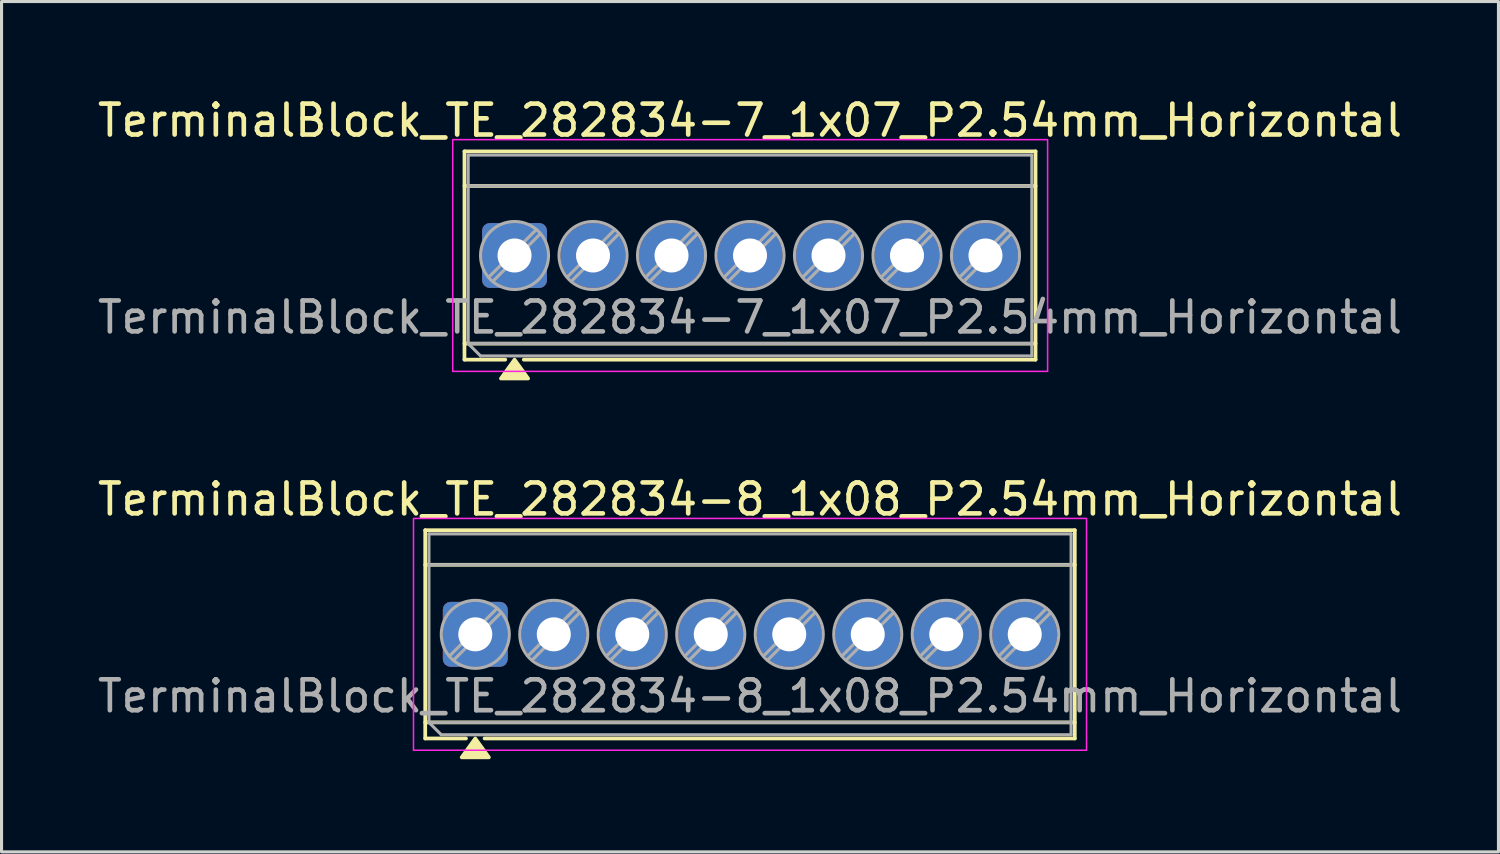
<source format=kicad_pcb>
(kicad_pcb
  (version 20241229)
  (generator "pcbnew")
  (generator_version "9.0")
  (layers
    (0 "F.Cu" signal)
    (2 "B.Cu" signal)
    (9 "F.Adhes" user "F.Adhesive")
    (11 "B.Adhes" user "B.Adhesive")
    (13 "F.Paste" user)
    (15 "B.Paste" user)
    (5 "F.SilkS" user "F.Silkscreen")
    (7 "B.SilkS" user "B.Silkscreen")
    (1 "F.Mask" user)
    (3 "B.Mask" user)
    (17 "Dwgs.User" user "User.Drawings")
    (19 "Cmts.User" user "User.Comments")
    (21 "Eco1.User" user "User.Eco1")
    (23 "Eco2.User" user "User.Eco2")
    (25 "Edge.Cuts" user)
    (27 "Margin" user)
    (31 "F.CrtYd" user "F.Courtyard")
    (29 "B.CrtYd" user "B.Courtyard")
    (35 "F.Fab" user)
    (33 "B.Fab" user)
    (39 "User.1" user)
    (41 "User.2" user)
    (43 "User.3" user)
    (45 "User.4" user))
  (footprint "TerminalBlock_TE_282834-8_1x08_P2.54mm_Horizontal"
    (layer "F.Cu")
    (at 12.33 17.477)
    (property "Reference" "TerminalBlock_TE_282834-8_1x08_P2.54mm_Horizontal" (at 8.89 -4.37 0) (layer "F.SilkS") (effects (font (size 1 1) (thickness 0.15))))
    (attr through_hole)
    (fp_line (start -1.62 -3.37) (end 19.4 -3.37) (stroke (width 0.12) (type solid)) (layer "F.SilkS"))
    (fp_line (start -1.62 -2.25) (end 19.4 -2.25) (stroke (width 0.12) (type solid)) (layer "F.SilkS"))
    (fp_line (start -1.62 2.85) (end 19.4 2.85) (stroke (width 0.12) (type solid)) (layer "F.SilkS"))
    (fp_line (start -1.62 3.37) (end -1.62 -3.37) (stroke (width 0.12) (type solid)) (layer "F.SilkS"))
    (fp_line (start -0.3 3.37) (end -1.62 3.37) (stroke (width 0.12) (type solid)) (layer "F.SilkS"))
    (fp_line (start 19.4 -3.37) (end 19.4 3.37) (stroke (width 0.12) (type solid)) (layer "F.SilkS"))
    (fp_line (start 19.4 3.37) (end 0.3 3.37) (stroke (width 0.12) (type solid)) (layer "F.SilkS"))
    (fp_poly (pts (xy 0 3.37) (xy 0.44 3.98) (xy -0.44 3.98)) (stroke (width 0.12) (type solid)) (fill yes) (layer "F.SilkS"))
    (fp_rect (start -2 -3.75) (end 19.78 3.75) (stroke (width 0.05) (type solid)) (fill no) (layer "F.CrtYd"))
    (fp_line (start -1.5 -3.25) (end 19.28 -3.25) (stroke (width 0.1) (type solid)) (layer "F.Fab"))
    (fp_line (start -1.5 -2.25) (end 19.28 -2.25) (stroke (width 0.1) (type solid)) (layer "F.Fab"))
    (fp_line (start -1.5 2.85) (end -1.5 -3.25) (stroke (width 0.1) (type solid)) (layer "F.Fab"))
    (fp_line (start -1.5 2.85) (end 19.28 2.85) (stroke (width 0.1) (type solid)) (layer "F.Fab"))
    (fp_line (start -1.1 3.25) (end -1.5 2.85) (stroke (width 0.1) (type solid)) (layer "F.Fab"))
    (fp_line (start 0.7 -0.834) (end -0.834 0.7) (stroke (width 0.1) (type solid)) (layer "F.Fab"))
    (fp_line (start 0.834 -0.7) (end -0.7 0.834) (stroke (width 0.1) (type solid)) (layer "F.Fab"))
    (fp_line (start 3.24 -0.834) (end 1.706 0.7) (stroke (width 0.1) (type solid)) (layer "F.Fab"))
    (fp_line (start 3.374 -0.7) (end 1.84 0.834) (stroke (width 0.1) (type solid)) (layer "F.Fab"))
    (fp_line (start 5.78 -0.834) (end 4.246 0.7) (stroke (width 0.1) (type solid)) (layer "F.Fab"))
    (fp_line (start 5.914 -0.7) (end 4.38 0.834) (stroke (width 0.1) (type solid)) (layer "F.Fab"))
    (fp_line (start 8.32 -0.834) (end 6.786 0.7) (stroke (width 0.1) (type solid)) (layer "F.Fab"))
    (fp_line (start 8.454 -0.7) (end 6.92 0.834) (stroke (width 0.1) (type solid)) (layer "F.Fab"))
    (fp_line (start 10.86 -0.834) (end 9.326 0.7) (stroke (width 0.1) (type solid)) (layer "F.Fab"))
    (fp_line (start 10.994 -0.7) (end 9.46 0.834) (stroke (width 0.1) (type solid)) (layer "F.Fab"))
    (fp_line (start 13.4 -0.834) (end 11.866 0.7) (stroke (width 0.1) (type solid)) (layer "F.Fab"))
    (fp_line (start 13.534 -0.7) (end 12 0.834) (stroke (width 0.1) (type solid)) (layer "F.Fab"))
    (fp_line (start 15.94 -0.834) (end 14.406 0.7) (stroke (width 0.1) (type solid)) (layer "F.Fab"))
    (fp_line (start 16.074 -0.7) (end 14.54 0.834) (stroke (width 0.1) (type solid)) (layer "F.Fab"))
    (fp_line (start 18.48 -0.834) (end 16.946 0.7) (stroke (width 0.1) (type solid)) (layer "F.Fab"))
    (fp_line (start 18.614 -0.7) (end 17.08 0.834) (stroke (width 0.1) (type solid)) (layer "F.Fab"))
    (fp_line (start 19.28 -3.25) (end 19.28 3.25) (stroke (width 0.1) (type solid)) (layer "F.Fab"))
    (fp_line (start 19.28 3.25) (end -1.1 3.25) (stroke (width 0.1) (type solid)) (layer "F.Fab"))
    (fp_circle (center 0 0) (end 1.1 0) (stroke (width 0.1) (type solid)) (fill no) (layer "F.Fab"))
    (fp_circle (center 2.54 0) (end 3.64 0) (stroke (width 0.1) (type solid)) (fill no) (layer "F.Fab"))
    (fp_circle (center 5.08 0) (end 6.18 0) (stroke (width 0.1) (type solid)) (fill no) (layer "F.Fab"))
    (fp_circle (center 7.62 0) (end 8.72 0) (stroke (width 0.1) (type solid)) (fill no) (layer "F.Fab"))
    (fp_circle (center 10.16 0) (end 11.26 0) (stroke (width 0.1) (type solid)) (fill no) (layer "F.Fab"))
    (fp_circle (center 12.7 0) (end 13.8 0) (stroke (width 0.1) (type solid)) (fill no) (layer "F.Fab"))
    (fp_circle (center 15.24 0) (end 16.34 0) (stroke (width 0.1) (type solid)) (fill no) (layer "F.Fab"))
    (fp_circle (center 17.78 0) (end 18.88 0) (stroke (width 0.1) (type solid)) (fill no) (layer "F.Fab"))
    (fp_text user "${REFERENCE}" (at 8.89 2 0) (layer "F.Fab") (effects (font (size 1 1) (thickness 0.15))))
    (pad "1" thru_hole roundrect (at 0 0) (size 2.1 2.1) (drill 1.1) (layers "*.Cu" "*.Mask") (roundrect_rratio 0.119))
    (pad "2" thru_hole circle (at 2.54 0) (size 2.1 2.1) (drill 1.1) (layers "*.Cu" "*.Mask"))
    (pad "3" thru_hole circle (at 5.08 0) (size 2.1 2.1) (drill 1.1) (layers "*.Cu" "*.Mask"))
    (pad "4" thru_hole circle (at 7.62 0) (size 2.1 2.1) (drill 1.1) (layers "*.Cu" "*.Mask"))
    (pad "5" thru_hole circle (at 10.16 0) (size 2.1 2.1) (drill 1.1) (layers "*.Cu" "*.Mask"))
    (pad "6" thru_hole circle (at 12.7 0) (size 2.1 2.1) (drill 1.1) (layers "*.Cu" "*.Mask"))
    (pad "7" thru_hole circle (at 15.24 0) (size 2.1 2.1) (drill 1.1) (layers "*.Cu" "*.Mask"))
    (pad "8" thru_hole circle (at 17.78 0) (size 2.1 2.1) (drill 1.1) (layers "*.Cu" "*.Mask")))
  (footprint "TerminalBlock_TE_282834-7_1x07_P2.54mm_Horizontal"
    (layer "F.Cu")
    (at 13.6 5.218)
    (property "Reference" "TerminalBlock_TE_282834-7_1x07_P2.54mm_Horizontal" (at 7.62 -4.37 0) (layer "F.SilkS") (effects (font (size 1 1) (thickness 0.15))))
    (attr through_hole)
    (fp_line (start -1.62 -3.37) (end 16.86 -3.37) (stroke (width 0.12) (type solid)) (layer "F.SilkS"))
    (fp_line (start -1.62 -2.25) (end 16.86 -2.25) (stroke (width 0.12) (type solid)) (layer "F.SilkS"))
    (fp_line (start -1.62 2.85) (end 16.86 2.85) (stroke (width 0.12) (type solid)) (layer "F.SilkS"))
    (fp_line (start -1.62 3.37) (end -1.62 -3.37) (stroke (width 0.12) (type solid)) (layer "F.SilkS"))
    (fp_line (start -0.3 3.37) (end -1.62 3.37) (stroke (width 0.12) (type solid)) (layer "F.SilkS"))
    (fp_line (start 16.86 -3.37) (end 16.86 3.37) (stroke (width 0.12) (type solid)) (layer "F.SilkS"))
    (fp_line (start 16.86 3.37) (end 0.3 3.37) (stroke (width 0.12) (type solid)) (layer "F.SilkS"))
    (fp_poly (pts (xy 0 3.37) (xy 0.44 3.98) (xy -0.44 3.98)) (stroke (width 0.12) (type solid)) (fill yes) (layer "F.SilkS"))
    (fp_rect (start -2 -3.75) (end 17.25 3.75) (stroke (width 0.05) (type solid)) (fill no) (layer "F.CrtYd"))
    (fp_line (start -1.5 -3.25) (end 16.74 -3.25) (stroke (width 0.1) (type solid)) (layer "F.Fab"))
    (fp_line (start -1.5 -2.25) (end 16.74 -2.25) (stroke (width 0.1) (type solid)) (layer "F.Fab"))
    (fp_line (start -1.5 2.85) (end -1.5 -3.25) (stroke (width 0.1) (type solid)) (layer "F.Fab"))
    (fp_line (start -1.5 2.85) (end 16.74 2.85) (stroke (width 0.1) (type solid)) (layer "F.Fab"))
    (fp_line (start -1.1 3.25) (end -1.5 2.85) (stroke (width 0.1) (type solid)) (layer "F.Fab"))
    (fp_line (start 0.7 -0.834) (end -0.834 0.7) (stroke (width 0.1) (type solid)) (layer "F.Fab"))
    (fp_line (start 0.834 -0.7) (end -0.7 0.834) (stroke (width 0.1) (type solid)) (layer "F.Fab"))
    (fp_line (start 3.24 -0.834) (end 1.706 0.7) (stroke (width 0.1) (type solid)) (layer "F.Fab"))
    (fp_line (start 3.374 -0.7) (end 1.84 0.834) (stroke (width 0.1) (type solid)) (layer "F.Fab"))
    (fp_line (start 5.78 -0.834) (end 4.246 0.7) (stroke (width 0.1) (type solid)) (layer "F.Fab"))
    (fp_line (start 5.914 -0.7) (end 4.38 0.834) (stroke (width 0.1) (type solid)) (layer "F.Fab"))
    (fp_line (start 8.32 -0.834) (end 6.786 0.7) (stroke (width 0.1) (type solid)) (layer "F.Fab"))
    (fp_line (start 8.454 -0.7) (end 6.92 0.834) (stroke (width 0.1) (type solid)) (layer "F.Fab"))
    (fp_line (start 10.86 -0.834) (end 9.326 0.7) (stroke (width 0.1) (type solid)) (layer "F.Fab"))
    (fp_line (start 10.994 -0.7) (end 9.46 0.834) (stroke (width 0.1) (type solid)) (layer "F.Fab"))
    (fp_line (start 13.4 -0.834) (end 11.866 0.7) (stroke (width 0.1) (type solid)) (layer "F.Fab"))
    (fp_line (start 13.534 -0.7) (end 12 0.834) (stroke (width 0.1) (type solid)) (layer "F.Fab"))
    (fp_line (start 15.94 -0.834) (end 14.406 0.7) (stroke (width 0.1) (type solid)) (layer "F.Fab"))
    (fp_line (start 16.074 -0.7) (end 14.54 0.834) (stroke (width 0.1) (type solid)) (layer "F.Fab"))
    (fp_line (start 16.74 -3.25) (end 16.74 3.25) (stroke (width 0.1) (type solid)) (layer "F.Fab"))
    (fp_line (start 16.74 3.25) (end -1.1 3.25) (stroke (width 0.1) (type solid)) (layer "F.Fab"))
    (fp_circle (center 0 0) (end 1.1 0) (stroke (width 0.1) (type solid)) (fill no) (layer "F.Fab"))
    (fp_circle (center 2.54 0) (end 3.64 0) (stroke (width 0.1) (type solid)) (fill no) (layer "F.Fab"))
    (fp_circle (center 5.08 0) (end 6.18 0) (stroke (width 0.1) (type solid)) (fill no) (layer "F.Fab"))
    (fp_circle (center 7.62 0) (end 8.72 0) (stroke (width 0.1) (type solid)) (fill no) (layer "F.Fab"))
    (fp_circle (center 10.16 0) (end 11.26 0) (stroke (width 0.1) (type solid)) (fill no) (layer "F.Fab"))
    (fp_circle (center 12.7 0) (end 13.8 0) (stroke (width 0.1) (type solid)) (fill no) (layer "F.Fab"))
    (fp_circle (center 15.24 0) (end 16.34 0) (stroke (width 0.1) (type solid)) (fill no) (layer "F.Fab"))
    (fp_text user "${REFERENCE}" (at 7.62 2 0) (layer "F.Fab") (effects (font (size 1 1) (thickness 0.15))))
    (pad "1" thru_hole roundrect (at 0 0) (size 2.1 2.1) (drill 1.1) (layers "*.Cu" "*.Mask") (roundrect_rratio 0.119))
    (pad "2" thru_hole circle (at 2.54 0) (size 2.1 2.1) (drill 1.1) (layers "*.Cu" "*.Mask"))
    (pad "3" thru_hole circle (at 5.08 0) (size 2.1 2.1) (drill 1.1) (layers "*.Cu" "*.Mask"))
    (pad "4" thru_hole circle (at 7.62 0) (size 2.1 2.1) (drill 1.1) (layers "*.Cu" "*.Mask"))
    (pad "5" thru_hole circle (at 10.16 0) (size 2.1 2.1) (drill 1.1) (layers "*.Cu" "*.Mask"))
    (pad "6" thru_hole circle (at 12.7 0) (size 2.1 2.1) (drill 1.1) (layers "*.Cu" "*.Mask"))
    (pad "7" thru_hole circle (at 15.24 0) (size 2.1 2.1) (drill 1.1) (layers "*.Cu" "*.Mask")))
  (gr_rect
    (start -3 -3)
    (end 45.44 24.517)
    (stroke (width 0.1) (type default))
    (fill no)
    (layer "Edge.Cuts")))
</source>
